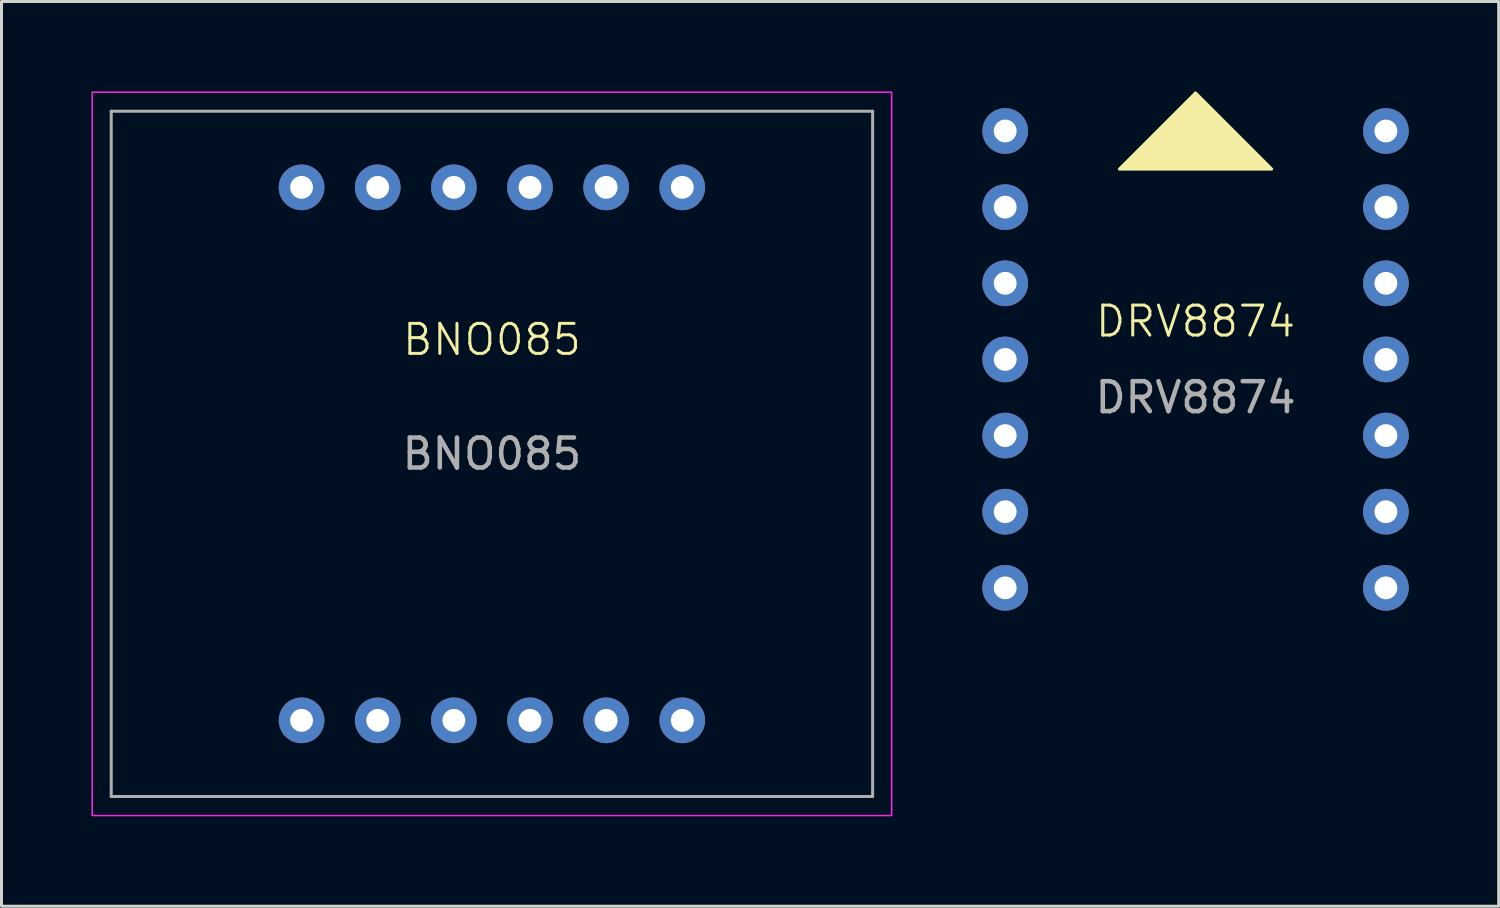
<source format=kicad_pcb>
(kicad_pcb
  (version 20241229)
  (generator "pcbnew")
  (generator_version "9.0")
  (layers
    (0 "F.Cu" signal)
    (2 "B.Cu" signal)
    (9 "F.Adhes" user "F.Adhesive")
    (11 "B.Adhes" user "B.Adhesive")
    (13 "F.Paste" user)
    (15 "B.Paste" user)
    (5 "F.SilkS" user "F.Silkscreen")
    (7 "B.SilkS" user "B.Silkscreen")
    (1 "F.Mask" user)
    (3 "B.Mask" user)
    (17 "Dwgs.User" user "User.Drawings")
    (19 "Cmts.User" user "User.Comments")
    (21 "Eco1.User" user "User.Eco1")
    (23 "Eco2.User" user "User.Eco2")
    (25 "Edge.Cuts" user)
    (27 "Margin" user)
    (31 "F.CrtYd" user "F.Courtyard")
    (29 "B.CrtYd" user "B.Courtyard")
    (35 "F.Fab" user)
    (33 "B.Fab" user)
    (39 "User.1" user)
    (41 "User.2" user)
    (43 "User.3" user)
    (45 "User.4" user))
  (footprint "BNO085"
    (layer "F.Cu")
    (at 7.01 20.98)
    (property "Reference" "BNO085" (at 6.35 -12.7 0) (unlocked yes) (layer "F.SilkS") (effects (font (size 1 1) (thickness 0.1))))
    (attr through_hole)
    (fp_rect (start -6.985 -20.955) (end 19.685 3.175) (stroke (width 0.05) (type default)) (fill no) (layer "F.CrtYd"))
    (fp_line (start -6.35 -20.32) (end -6.35 2.54) (stroke (width 0.1) (type default)) (layer "F.Fab"))
    (fp_line (start -6.35 2.54) (end 19.05 2.54) (stroke (width 0.1) (type default)) (layer "F.Fab"))
    (fp_line (start 19.05 -20.32) (end -6.35 -20.32) (stroke (width 0.1) (type default)) (layer "F.Fab"))
    (fp_line (start 19.05 -20.32) (end 19.05 2.54) (stroke (width 0.1) (type default)) (layer "F.Fab"))
    (fp_text user "${REFERENCE}" (at 6.35 -8.89 0) (unlocked yes) (layer "F.Fab") (effects (font (size 1 1) (thickness 0.15))))
    (pad "1" thru_hole circle (at 0 0) (size 1.524 1.524) (drill 0.762) (layers "*.Cu" "*.Mask"))
    (pad "2" thru_hole circle (at 2.54 0) (size 1.524 1.524) (drill 0.762) (layers "*.Cu" "*.Mask"))
    (pad "3" thru_hole circle (at 5.08 0) (size 1.524 1.524) (drill 0.762) (layers "*.Cu" "*.Mask"))
    (pad "4" thru_hole circle (at 7.62 0) (size 1.524 1.524) (drill 0.762) (layers "*.Cu" "*.Mask"))
    (pad "5" thru_hole circle (at 10.16 0) (size 1.524 1.524) (drill 0.762) (layers "*.Cu" "*.Mask"))
    (pad "6" thru_hole circle (at 12.7 0) (size 1.524 1.524) (drill 0.762) (layers "*.Cu" "*.Mask"))
    (pad "7" thru_hole circle (at 0 -17.78 180) (size 1.524 1.524) (drill 0.762) (layers "*.Cu" "*.Mask"))
    (pad "8" thru_hole circle (at 2.54 -17.78) (size 1.524 1.524) (drill 0.762) (layers "*.Cu" "*.Mask"))
    (pad "9" thru_hole circle (at 5.08 -17.78) (size 1.524 1.524) (drill 0.762) (layers "*.Cu" "*.Mask"))
    (pad "10" thru_hole circle (at 7.62 -17.78) (size 1.524 1.524) (drill 0.762) (layers "*.Cu" "*.Mask"))
    (pad "11" thru_hole circle (at 10.16 -17.78) (size 1.524 1.524) (drill 0.762) (layers "*.Cu" "*.Mask"))
    (pad "12" thru_hole circle (at 12.7 -17.78) (size 1.524 1.524) (drill 0.762) (layers "*.Cu" "*.Mask")))
  (footprint "DRV8874"
    (layer "F.Cu")
    (at 30.482 16.56)
    (property "Reference" "DRV8874" (at 6.35 -8.89 0) (unlocked yes) (layer "F.SilkS") (effects (font (size 1 1) (thickness 0.1))))
    (attr through_hole)
    (fp_poly (pts (xy 8.89 -13.97) (xy 3.81 -13.97) (xy 6.35 -16.51)) (stroke (width 0.1) (type solid)) (fill yes) (layer "F.SilkS"))
    (fp_text user "${REFERENCE}" (at 6.35 -6.35 0) (unlocked yes) (layer "F.Fab") (effects (font (size 1 1) (thickness 0.15))))
    (pad "1" thru_hole circle (at 0 0) (size 1.524 1.524) (drill 0.762) (layers "*.Cu" "*.Mask"))
    (pad "2" thru_hole circle (at 0 -2.54) (size 1.524 1.524) (drill 0.762) (layers "*.Cu" "*.Mask"))
    (pad "3" thru_hole circle (at 0 -5.08) (size 1.524 1.524) (drill 0.762) (layers "*.Cu" "*.Mask"))
    (pad "4" thru_hole circle (at 0 -7.62) (size 1.524 1.524) (drill 0.762) (layers "*.Cu" "*.Mask"))
    (pad "5" thru_hole circle (at 0 -10.16) (size 1.524 1.524) (drill 0.762) (layers "*.Cu" "*.Mask"))
    (pad "6" thru_hole circle (at 0 -12.7) (size 1.524 1.524) (drill 0.762) (layers "*.Cu" "*.Mask"))
    (pad "7" thru_hole circle (at 0 -15.24) (size 1.524 1.524) (drill 0.762) (layers "*.Cu" "*.Mask"))
    (pad "8" thru_hole circle (at 12.7 0) (size 1.524 1.524) (drill 0.762) (layers "*.Cu" "*.Mask"))
    (pad "9" thru_hole circle (at 12.7 -2.54) (size 1.524 1.524) (drill 0.762) (layers "*.Cu" "*.Mask"))
    (pad "10" thru_hole circle (at 12.7 -5.08) (size 1.524 1.524) (drill 0.762) (layers "*.Cu" "*.Mask"))
    (pad "11" thru_hole circle (at 12.7 -7.62) (size 1.524 1.524) (drill 0.762) (layers "*.Cu" "*.Mask"))
    (pad "12" thru_hole circle (at 12.7 -10.16) (size 1.524 1.524) (drill 0.762) (layers "*.Cu" "*.Mask"))
    (pad "13" thru_hole circle (at 12.7 -12.7) (size 1.524 1.524) (drill 0.762) (layers "*.Cu" "*.Mask"))
    (pad "14" thru_hole circle (at 12.7 -15.24) (size 1.524 1.524) (drill 0.762) (layers "*.Cu" "*.Mask")))
  (gr_rect
    (start -3 -3)
    (end 46.944 27.18)
    (stroke (width 0.1) (type default))
    (fill no)
    (layer "Edge.Cuts")))
</source>
